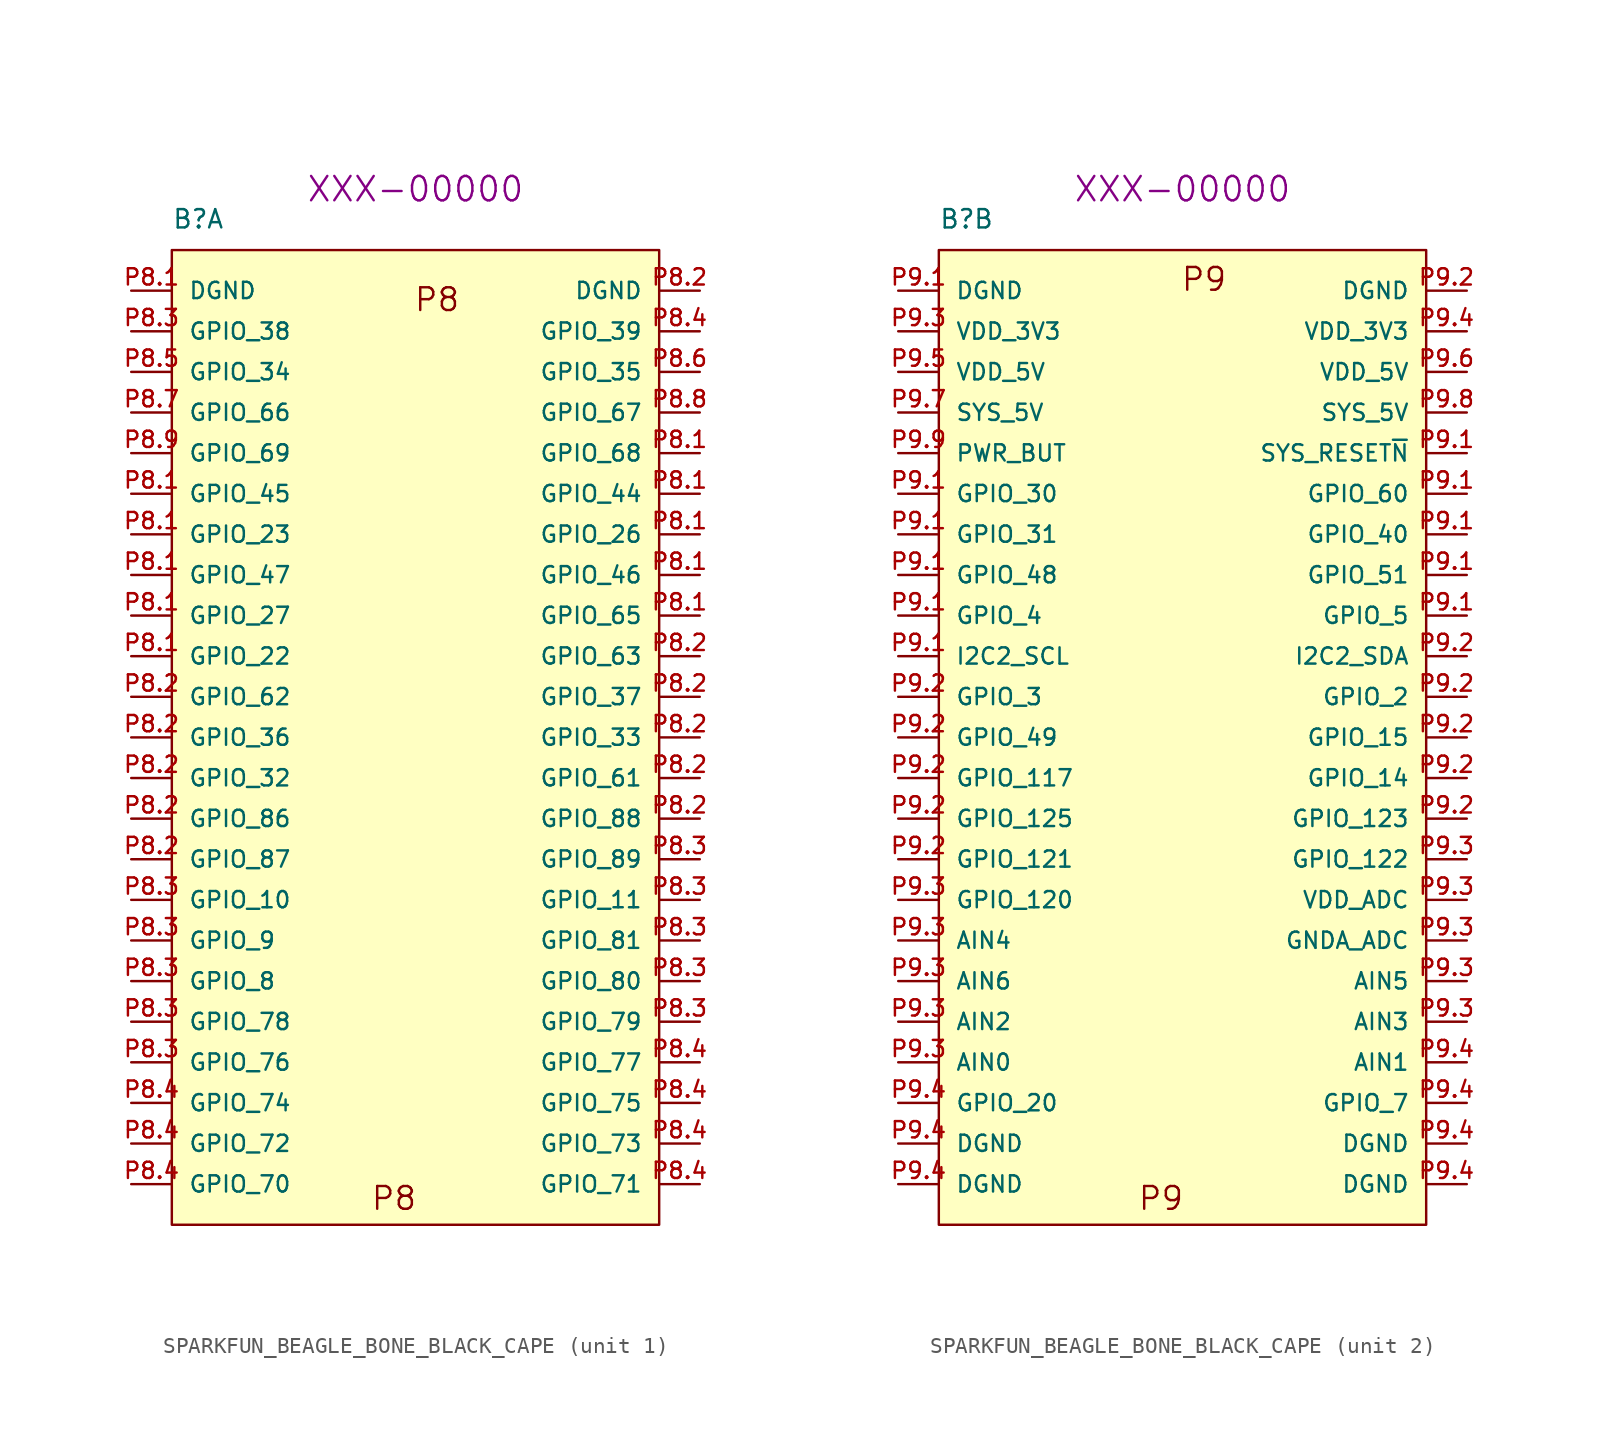
<source format=kicad_sym>
(kicad_symbol_lib
  (version 20201005)
  (generator kicad_symbol_editor)
  (symbol "SPARKFUN_BEAGLE_BONE_BLACK_CAPE"
    (pin_names
      (offset 1.016))
    (property "Reference" "B"
      (at -15.24 29.21 0)
      (effects (font (size 1.143 1.143)) (justify left bottom)))
    (property "Field4" "XXX-00000"
      (at 0 31.75 0)
      (effects (font (size 1.524 1.524))))
    (property "ki_locked" ""
      (at 0 0 0)
      (effects (font (size 1.27 1.27))))
    (symbol "SPARKFUN_BEAGLE_BONE_BLACK_CAPE_1_0"
      (text "P8" (at -1.346 -31.369 0) (effects (font (size 1.422 1.422))))
      (text "P8" (at 1.346 24.841 0) (effects (font (size 1.422 1.422)))))
    (symbol "SPARKFUN_BEAGLE_BONE_BLACK_CAPE_1_1"
      (polyline (pts (xy -15.24 27.94) (xy 15.24 27.94) (xy 15.24 -33.02) (xy -15.24 -33.02) (xy -15.24 27.94)) (stroke (width 0)) (fill (type background)))
      (pin bidirectional line (at -17.78 25.4 0) (length 2.54) (name "DGND" (effects (font (size 1.016 1.016)))) (number "P8.1" (effects (font (size 1.016 1.016)))))
      (pin bidirectional line (at -17.78 2.54 0) (length 2.54) (name "GPIO_22" (effects (font (size 1.016 1.016)))) (number "P8.1" (effects (font (size 1.016 1.016)))))
      (pin bidirectional line (at -17.78 10.16 0) (length 2.54) (name "GPIO_23" (effects (font (size 1.016 1.016)))) (number "P8.1" (effects (font (size 1.016 1.016)))))
      (pin bidirectional line (at 17.78 10.16 180) (length 2.54) (name "GPIO_26" (effects (font (size 1.016 1.016)))) (number "P8.1" (effects (font (size 1.016 1.016)))))
      (pin bidirectional line (at -17.78 5.08 0) (length 2.54) (name "GPIO_27" (effects (font (size 1.016 1.016)))) (number "P8.1" (effects (font (size 1.016 1.016)))))
      (pin bidirectional line (at 17.78 12.7 180) (length 2.54) (name "GPIO_44" (effects (font (size 1.016 1.016)))) (number "P8.1" (effects (font (size 1.016 1.016)))))
      (pin bidirectional line (at -17.78 12.7 0) (length 2.54) (name "GPIO_45" (effects (font (size 1.016 1.016)))) (number "P8.1" (effects (font (size 1.016 1.016)))))
      (pin bidirectional line (at 17.78 7.62 180) (length 2.54) (name "GPIO_46" (effects (font (size 1.016 1.016)))) (number "P8.1" (effects (font (size 1.016 1.016)))))
      (pin bidirectional line (at -17.78 7.62 0) (length 2.54) (name "GPIO_47" (effects (font (size 1.016 1.016)))) (number "P8.1" (effects (font (size 1.016 1.016)))))
      (pin bidirectional line (at 17.78 5.08 180) (length 2.54) (name "GPIO_65" (effects (font (size 1.016 1.016)))) (number "P8.1" (effects (font (size 1.016 1.016)))))
      (pin bidirectional line (at 17.78 15.24 180) (length 2.54) (name "GPIO_68" (effects (font (size 1.016 1.016)))) (number "P8.1" (effects (font (size 1.016 1.016)))))
      (pin bidirectional line (at 17.78 25.4 180) (length 2.54) (name "DGND" (effects (font (size 1.016 1.016)))) (number "P8.2" (effects (font (size 1.016 1.016)))))
      (pin bidirectional line (at -17.78 -5.08 0) (length 2.54) (name "GPIO_32" (effects (font (size 1.016 1.016)))) (number "P8.2" (effects (font (size 1.016 1.016)))))
      (pin bidirectional line (at 17.78 -2.54 180) (length 2.54) (name "GPIO_33" (effects (font (size 1.016 1.016)))) (number "P8.2" (effects (font (size 1.016 1.016)))))
      (pin bidirectional line (at -17.78 -2.54 0) (length 2.54) (name "GPIO_36" (effects (font (size 1.016 1.016)))) (number "P8.2" (effects (font (size 1.016 1.016)))))
      (pin bidirectional line (at 17.78 0 180) (length 2.54) (name "GPIO_37" (effects (font (size 1.016 1.016)))) (number "P8.2" (effects (font (size 1.016 1.016)))))
      (pin bidirectional line (at 17.78 -5.08 180) (length 2.54) (name "GPIO_61" (effects (font (size 1.016 1.016)))) (number "P8.2" (effects (font (size 1.016 1.016)))))
      (pin bidirectional line (at -17.78 0 0) (length 2.54) (name "GPIO_62" (effects (font (size 1.016 1.016)))) (number "P8.2" (effects (font (size 1.016 1.016)))))
      (pin bidirectional line (at 17.78 2.54 180) (length 2.54) (name "GPIO_63" (effects (font (size 1.016 1.016)))) (number "P8.2" (effects (font (size 1.016 1.016)))))
      (pin bidirectional line (at -17.78 -7.62 0) (length 2.54) (name "GPIO_86" (effects (font (size 1.016 1.016)))) (number "P8.2" (effects (font (size 1.016 1.016)))))
      (pin bidirectional line (at -17.78 -10.16 0) (length 2.54) (name "GPIO_87" (effects (font (size 1.016 1.016)))) (number "P8.2" (effects (font (size 1.016 1.016)))))
      (pin bidirectional line (at 17.78 -7.62 180) (length 2.54) (name "GPIO_88" (effects (font (size 1.016 1.016)))) (number "P8.2" (effects (font (size 1.016 1.016)))))
      (pin bidirectional line (at -17.78 -12.7 0) (length 2.54) (name "GPIO_10" (effects (font (size 1.016 1.016)))) (number "P8.3" (effects (font (size 1.016 1.016)))))
      (pin bidirectional line (at 17.78 -12.7 180) (length 2.54) (name "GPIO_11" (effects (font (size 1.016 1.016)))) (number "P8.3" (effects (font (size 1.016 1.016)))))
      (pin bidirectional line (at -17.78 22.86 0) (length 2.54) (name "GPIO_38" (effects (font (size 1.016 1.016)))) (number "P8.3" (effects (font (size 1.016 1.016)))))
      (pin bidirectional line (at -17.78 -22.86 0) (length 2.54) (name "GPIO_76" (effects (font (size 1.016 1.016)))) (number "P8.3" (effects (font (size 1.016 1.016)))))
      (pin bidirectional line (at -17.78 -20.32 0) (length 2.54) (name "GPIO_78" (effects (font (size 1.016 1.016)))) (number "P8.3" (effects (font (size 1.016 1.016)))))
      (pin bidirectional line (at 17.78 -20.32 180) (length 2.54) (name "GPIO_79" (effects (font (size 1.016 1.016)))) (number "P8.3" (effects (font (size 1.016 1.016)))))
      (pin bidirectional line (at -17.78 -17.78 0) (length 2.54) (name "GPIO_8" (effects (font (size 1.016 1.016)))) (number "P8.3" (effects (font (size 1.016 1.016)))))
      (pin bidirectional line (at 17.78 -17.78 180) (length 2.54) (name "GPIO_80" (effects (font (size 1.016 1.016)))) (number "P8.3" (effects (font (size 1.016 1.016)))))
      (pin bidirectional line (at 17.78 -15.24 180) (length 2.54) (name "GPIO_81" (effects (font (size 1.016 1.016)))) (number "P8.3" (effects (font (size 1.016 1.016)))))
      (pin bidirectional line (at 17.78 -10.16 180) (length 2.54) (name "GPIO_89" (effects (font (size 1.016 1.016)))) (number "P8.3" (effects (font (size 1.016 1.016)))))
      (pin bidirectional line (at -17.78 -15.24 0) (length 2.54) (name "GPIO_9" (effects (font (size 1.016 1.016)))) (number "P8.3" (effects (font (size 1.016 1.016)))))
      (pin bidirectional line (at 17.78 22.86 180) (length 2.54) (name "GPIO_39" (effects (font (size 1.016 1.016)))) (number "P8.4" (effects (font (size 1.016 1.016)))))
      (pin bidirectional line (at -17.78 -30.48 0) (length 2.54) (name "GPIO_70" (effects (font (size 1.016 1.016)))) (number "P8.4" (effects (font (size 1.016 1.016)))))
      (pin bidirectional line (at 17.78 -30.48 180) (length 2.54) (name "GPIO_71" (effects (font (size 1.016 1.016)))) (number "P8.4" (effects (font (size 1.016 1.016)))))
      (pin bidirectional line (at -17.78 -27.94 0) (length 2.54) (name "GPIO_72" (effects (font (size 1.016 1.016)))) (number "P8.4" (effects (font (size 1.016 1.016)))))
      (pin bidirectional line (at 17.78 -27.94 180) (length 2.54) (name "GPIO_73" (effects (font (size 1.016 1.016)))) (number "P8.4" (effects (font (size 1.016 1.016)))))
      (pin bidirectional line (at -17.78 -25.4 0) (length 2.54) (name "GPIO_74" (effects (font (size 1.016 1.016)))) (number "P8.4" (effects (font (size 1.016 1.016)))))
      (pin bidirectional line (at 17.78 -25.4 180) (length 2.54) (name "GPIO_75" (effects (font (size 1.016 1.016)))) (number "P8.4" (effects (font (size 1.016 1.016)))))
      (pin bidirectional line (at 17.78 -22.86 180) (length 2.54) (name "GPIO_77" (effects (font (size 1.016 1.016)))) (number "P8.4" (effects (font (size 1.016 1.016)))))
      (pin bidirectional line (at -17.78 20.32 0) (length 2.54) (name "GPIO_34" (effects (font (size 1.016 1.016)))) (number "P8.5" (effects (font (size 1.016 1.016)))))
      (pin bidirectional line (at 17.78 20.32 180) (length 2.54) (name "GPIO_35" (effects (font (size 1.016 1.016)))) (number "P8.6" (effects (font (size 1.016 1.016)))))
      (pin bidirectional line (at -17.78 17.78 0) (length 2.54) (name "GPIO_66" (effects (font (size 1.016 1.016)))) (number "P8.7" (effects (font (size 1.016 1.016)))))
      (pin bidirectional line (at 17.78 17.78 180) (length 2.54) (name "GPIO_67" (effects (font (size 1.016 1.016)))) (number "P8.8" (effects (font (size 1.016 1.016)))))
      (pin bidirectional line (at -17.78 15.24 0) (length 2.54) (name "GPIO_69" (effects (font (size 1.016 1.016)))) (number "P8.9" (effects (font (size 1.016 1.016))))))
    (symbol "SPARKFUN_BEAGLE_BONE_BLACK_CAPE_2_0"
      (text "P9" (at -1.346 -31.369 0) (effects (font (size 1.422 1.422))))
      (text "P9" (at 1.346 26.111 0) (effects (font (size 1.422 1.422)))))
    (symbol "SPARKFUN_BEAGLE_BONE_BLACK_CAPE_2_1"
      (polyline (pts (xy -15.24 27.94) (xy 15.24 27.94) (xy 15.24 -33.02) (xy -15.24 -33.02) (xy -15.24 27.94)) (stroke (width 0)) (fill (type background)))
      (pin bidirectional line (at -17.78 25.4 0) (length 2.54) (name "DGND" (effects (font (size 1.016 1.016)))) (number "P9.1" (effects (font (size 1.016 1.016)))))
      (pin bidirectional line (at -17.78 12.7 0) (length 2.54) (name "GPIO_30" (effects (font (size 1.016 1.016)))) (number "P9.1" (effects (font (size 1.016 1.016)))))
      (pin bidirectional line (at -17.78 10.16 0) (length 2.54) (name "GPIO_31" (effects (font (size 1.016 1.016)))) (number "P9.1" (effects (font (size 1.016 1.016)))))
      (pin bidirectional line (at -17.78 5.08 0) (length 2.54) (name "GPIO_4" (effects (font (size 1.016 1.016)))) (number "P9.1" (effects (font (size 1.016 1.016)))))
      (pin bidirectional line (at 17.78 10.16 180) (length 2.54) (name "GPIO_40" (effects (font (size 1.016 1.016)))) (number "P9.1" (effects (font (size 1.016 1.016)))))
      (pin bidirectional line (at -17.78 7.62 0) (length 2.54) (name "GPIO_48" (effects (font (size 1.016 1.016)))) (number "P9.1" (effects (font (size 1.016 1.016)))))
      (pin bidirectional line (at 17.78 5.08 180) (length 2.54) (name "GPIO_5" (effects (font (size 1.016 1.016)))) (number "P9.1" (effects (font (size 1.016 1.016)))))
      (pin bidirectional line (at 17.78 7.62 180) (length 2.54) (name "GPIO_51" (effects (font (size 1.016 1.016)))) (number "P9.1" (effects (font (size 1.016 1.016)))))
      (pin bidirectional line (at 17.78 12.7 180) (length 2.54) (name "GPIO_60" (effects (font (size 1.016 1.016)))) (number "P9.1" (effects (font (size 1.016 1.016)))))
      (pin bidirectional line (at -17.78 2.54 0) (length 2.54) (name "I2C2_SCL" (effects (font (size 1.016 1.016)))) (number "P9.1" (effects (font (size 1.016 1.016)))))
      (pin bidirectional line (at 17.78 15.24 180) (length 2.54) (name "SYS_RESET~N" (effects (font (size 1.016 1.016)))) (number "P9.1" (effects (font (size 1.016 1.016)))))
      (pin bidirectional line (at 17.78 25.4 180) (length 2.54) (name "DGND" (effects (font (size 1.016 1.016)))) (number "P9.2" (effects (font (size 1.016 1.016)))))
      (pin bidirectional line (at -17.78 -5.08 0) (length 2.54) (name "GPIO_117" (effects (font (size 1.016 1.016)))) (number "P9.2" (effects (font (size 1.016 1.016)))))
      (pin bidirectional line (at -17.78 -10.16 0) (length 2.54) (name "GPIO_121" (effects (font (size 1.016 1.016)))) (number "P9.2" (effects (font (size 1.016 1.016)))))
      (pin bidirectional line (at 17.78 -7.62 180) (length 2.54) (name "GPIO_123" (effects (font (size 1.016 1.016)))) (number "P9.2" (effects (font (size 1.016 1.016)))))
      (pin bidirectional line (at -17.78 -7.62 0) (length 2.54) (name "GPIO_125" (effects (font (size 1.016 1.016)))) (number "P9.2" (effects (font (size 1.016 1.016)))))
      (pin bidirectional line (at 17.78 -5.08 180) (length 2.54) (name "GPIO_14" (effects (font (size 1.016 1.016)))) (number "P9.2" (effects (font (size 1.016 1.016)))))
      (pin bidirectional line (at 17.78 -2.54 180) (length 2.54) (name "GPIO_15" (effects (font (size 1.016 1.016)))) (number "P9.2" (effects (font (size 1.016 1.016)))))
      (pin bidirectional line (at 17.78 0 180) (length 2.54) (name "GPIO_2" (effects (font (size 1.016 1.016)))) (number "P9.2" (effects (font (size 1.016 1.016)))))
      (pin bidirectional line (at -17.78 0 0) (length 2.54) (name "GPIO_3" (effects (font (size 1.016 1.016)))) (number "P9.2" (effects (font (size 1.016 1.016)))))
      (pin bidirectional line (at -17.78 -2.54 0) (length 2.54) (name "GPIO_49" (effects (font (size 1.016 1.016)))) (number "P9.2" (effects (font (size 1.016 1.016)))))
      (pin bidirectional line (at 17.78 2.54 180) (length 2.54) (name "I2C2_SDA" (effects (font (size 1.016 1.016)))) (number "P9.2" (effects (font (size 1.016 1.016)))))
      (pin bidirectional line (at -17.78 -22.86 0) (length 2.54) (name "AIN0" (effects (font (size 1.016 1.016)))) (number "P9.3" (effects (font (size 1.016 1.016)))))
      (pin bidirectional line (at -17.78 -20.32 0) (length 2.54) (name "AIN2" (effects (font (size 1.016 1.016)))) (number "P9.3" (effects (font (size 1.016 1.016)))))
      (pin bidirectional line (at 17.78 -20.32 180) (length 2.54) (name "AIN3" (effects (font (size 1.016 1.016)))) (number "P9.3" (effects (font (size 1.016 1.016)))))
      (pin bidirectional line (at -17.78 -15.24 0) (length 2.54) (name "AIN4" (effects (font (size 1.016 1.016)))) (number "P9.3" (effects (font (size 1.016 1.016)))))
      (pin bidirectional line (at 17.78 -17.78 180) (length 2.54) (name "AIN5" (effects (font (size 1.016 1.016)))) (number "P9.3" (effects (font (size 1.016 1.016)))))
      (pin bidirectional line (at -17.78 -17.78 0) (length 2.54) (name "AIN6" (effects (font (size 1.016 1.016)))) (number "P9.3" (effects (font (size 1.016 1.016)))))
      (pin bidirectional line (at 17.78 -15.24 180) (length 2.54) (name "GNDA_ADC" (effects (font (size 1.016 1.016)))) (number "P9.3" (effects (font (size 1.016 1.016)))))
      (pin bidirectional line (at -17.78 -12.7 0) (length 2.54) (name "GPIO_120" (effects (font (size 1.016 1.016)))) (number "P9.3" (effects (font (size 1.016 1.016)))))
      (pin bidirectional line (at 17.78 -10.16 180) (length 2.54) (name "GPIO_122" (effects (font (size 1.016 1.016)))) (number "P9.3" (effects (font (size 1.016 1.016)))))
      (pin bidirectional line (at -17.78 22.86 0) (length 2.54) (name "VDD_3V3" (effects (font (size 1.016 1.016)))) (number "P9.3" (effects (font (size 1.016 1.016)))))
      (pin bidirectional line (at 17.78 -12.7 180) (length 2.54) (name "VDD_ADC" (effects (font (size 1.016 1.016)))) (number "P9.3" (effects (font (size 1.016 1.016)))))
      (pin bidirectional line (at 17.78 -22.86 180) (length 2.54) (name "AIN1" (effects (font (size 1.016 1.016)))) (number "P9.4" (effects (font (size 1.016 1.016)))))
      (pin bidirectional line (at -17.78 -30.48 0) (length 2.54) (name "DGND" (effects (font (size 1.016 1.016)))) (number "P9.4" (effects (font (size 1.016 1.016)))))
      (pin bidirectional line (at -17.78 -27.94 0) (length 2.54) (name "DGND" (effects (font (size 1.016 1.016)))) (number "P9.4" (effects (font (size 1.016 1.016)))))
      (pin bidirectional line (at 17.78 -30.48 180) (length 2.54) (name "DGND" (effects (font (size 1.016 1.016)))) (number "P9.4" (effects (font (size 1.016 1.016)))))
      (pin bidirectional line (at 17.78 -27.94 180) (length 2.54) (name "DGND" (effects (font (size 1.016 1.016)))) (number "P9.4" (effects (font (size 1.016 1.016)))))
      (pin bidirectional line (at -17.78 -25.4 0) (length 2.54) (name "GPIO_20" (effects (font (size 1.016 1.016)))) (number "P9.4" (effects (font (size 1.016 1.016)))))
      (pin bidirectional line (at 17.78 -25.4 180) (length 2.54) (name "GPIO_7" (effects (font (size 1.016 1.016)))) (number "P9.4" (effects (font (size 1.016 1.016)))))
      (pin bidirectional line (at 17.78 22.86 180) (length 2.54) (name "VDD_3V3" (effects (font (size 1.016 1.016)))) (number "P9.4" (effects (font (size 1.016 1.016)))))
      (pin bidirectional line (at -17.78 20.32 0) (length 2.54) (name "VDD_5V" (effects (font (size 1.016 1.016)))) (number "P9.5" (effects (font (size 1.016 1.016)))))
      (pin bidirectional line (at 17.78 20.32 180) (length 2.54) (name "VDD_5V" (effects (font (size 1.016 1.016)))) (number "P9.6" (effects (font (size 1.016 1.016)))))
      (pin bidirectional line (at -17.78 17.78 0) (length 2.54) (name "SYS_5V" (effects (font (size 1.016 1.016)))) (number "P9.7" (effects (font (size 1.016 1.016)))))
      (pin bidirectional line (at 17.78 17.78 180) (length 2.54) (name "SYS_5V" (effects (font (size 1.016 1.016)))) (number "P9.8" (effects (font (size 1.016 1.016)))))
      (pin bidirectional line (at -17.78 15.24 0) (length 2.54) (name "PWR_BUT" (effects (font (size 1.016 1.016)))) (number "P9.9" (effects (font (size 1.016 1.016))))))))
</source>
